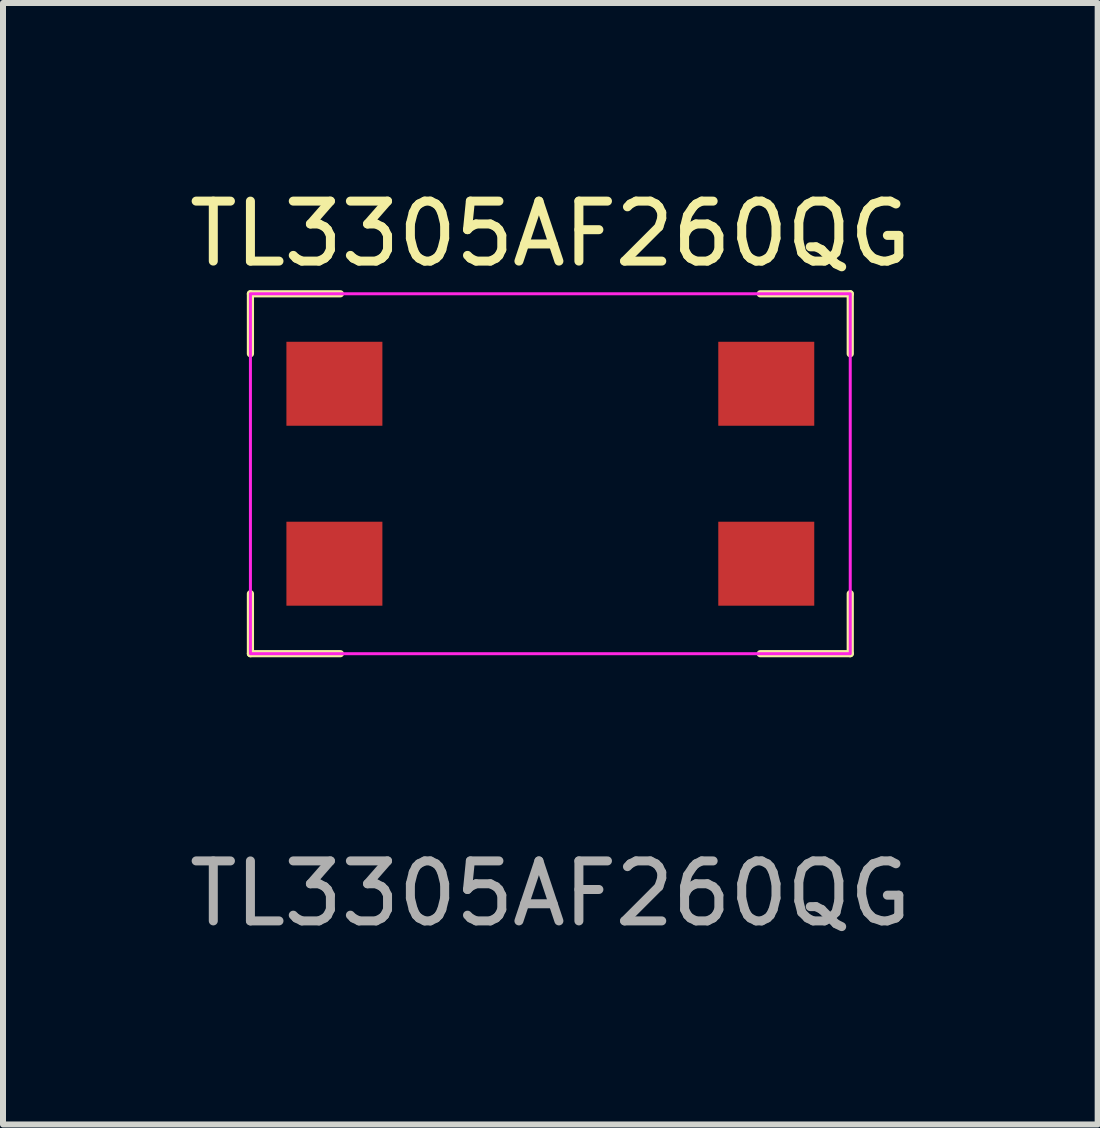
<source format=kicad_pcb>
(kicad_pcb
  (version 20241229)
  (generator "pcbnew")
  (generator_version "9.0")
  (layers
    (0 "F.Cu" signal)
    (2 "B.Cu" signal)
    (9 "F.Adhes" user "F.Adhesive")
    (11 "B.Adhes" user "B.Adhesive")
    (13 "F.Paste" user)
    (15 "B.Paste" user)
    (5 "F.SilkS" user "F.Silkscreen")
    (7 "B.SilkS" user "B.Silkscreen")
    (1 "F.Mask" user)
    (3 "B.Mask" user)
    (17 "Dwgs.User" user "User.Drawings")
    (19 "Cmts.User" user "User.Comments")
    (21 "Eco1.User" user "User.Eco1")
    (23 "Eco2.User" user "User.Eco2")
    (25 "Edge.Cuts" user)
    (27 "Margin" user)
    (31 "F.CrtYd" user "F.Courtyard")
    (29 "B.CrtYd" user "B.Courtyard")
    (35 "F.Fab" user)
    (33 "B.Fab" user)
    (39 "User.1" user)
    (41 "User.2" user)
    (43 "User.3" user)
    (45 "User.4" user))
  (footprint "TL3305AF260QG"
    (layer "F.Cu")
    (at 6.125 4.848)
    (property "Reference" "TL3305AF260QG" (at 0 -4 0) (unlocked yes) (layer "F.SilkS") (effects (font (size 1 1) (thickness 0.15))))
    (attr smd)
    (fp_line (start -5 -3) (end -5 -2) (stroke (width 0.12) (type solid)) (layer "F.SilkS"))
    (fp_line (start -5 3) (end -5 2) (stroke (width 0.12) (type solid)) (layer "F.SilkS"))
    (fp_line (start -3.5 -3) (end -5 -3) (stroke (width 0.12) (type solid)) (layer "F.SilkS"))
    (fp_line (start -3.5 3) (end -5 3) (stroke (width 0.12) (type solid)) (layer "F.SilkS"))
    (fp_line (start 3.5 -3) (end 5 -3) (stroke (width 0.12) (type solid)) (layer "F.SilkS"))
    (fp_line (start 3.5 3) (end 5 3) (stroke (width 0.12) (type solid)) (layer "F.SilkS"))
    (fp_line (start 5 -3) (end 5 -2) (stroke (width 0.12) (type solid)) (layer "F.SilkS"))
    (fp_line (start 5 3) (end 5 2) (stroke (width 0.12) (type solid)) (layer "F.SilkS"))
    (fp_rect (start -5 -3) (end 5 3) (stroke (width 0.05) (type solid)) (fill no) (layer "F.CrtYd"))
    (fp_text user "${REFERENCE}" (at 0 7 0) (unlocked yes) (layer "F.Fab") (effects (font (size 1 1) (thickness 0.15))))
    (pad "1" smd rect (at -3.6 1.5) (size 1.6 1.4) (layers "F.Cu" "F.Mask" "F.Paste"))
    (pad "2" smd rect (at 3.6 1.5) (size 1.6 1.4) (layers "F.Cu" "F.Mask" "F.Paste"))
    (pad "3" smd rect (at -3.6 -1.5) (size 1.6 1.4) (layers "F.Cu" "F.Mask" "F.Paste"))
    (pad "4" smd rect (at 3.6 -1.5) (size 1.6 1.4) (layers "F.Cu" "F.Mask" "F.Paste")))
  (gr_rect
    (start -3 -3)
    (end 15.25 15.697)
    (stroke (width 0.1) (type default))
    (fill no)
    (layer "Edge.Cuts")))
</source>
